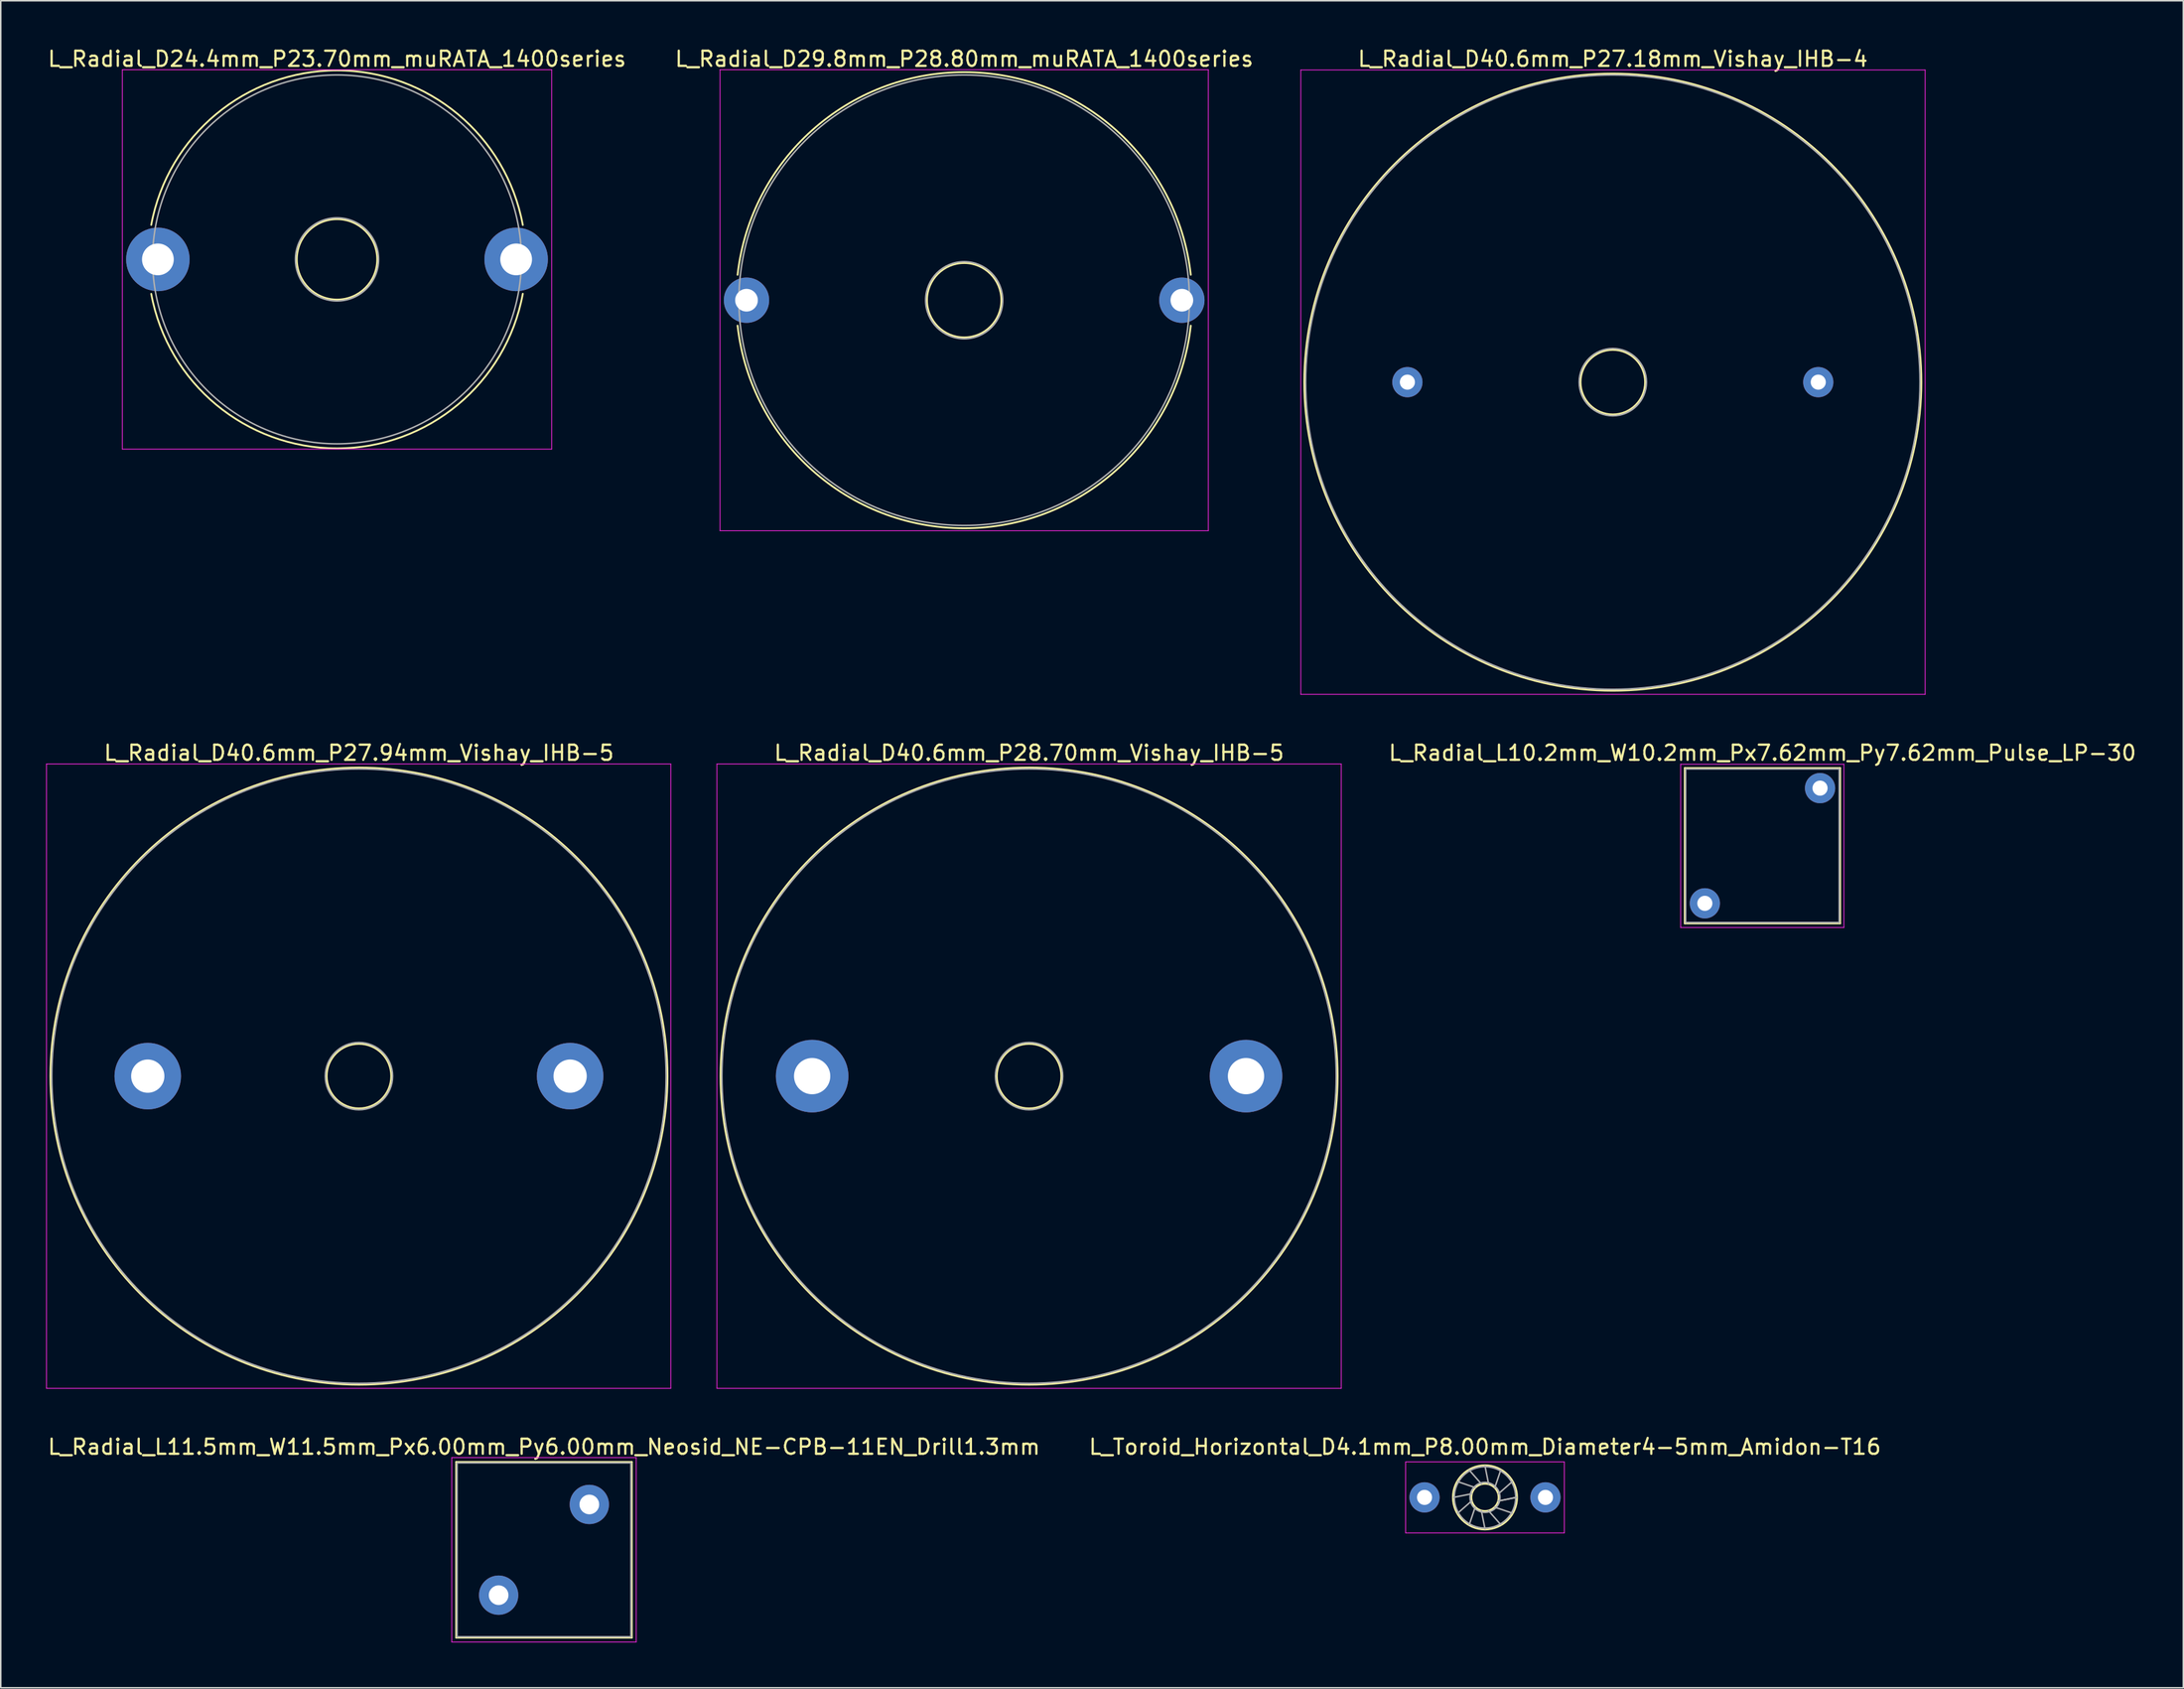
<source format=kicad_pcb>
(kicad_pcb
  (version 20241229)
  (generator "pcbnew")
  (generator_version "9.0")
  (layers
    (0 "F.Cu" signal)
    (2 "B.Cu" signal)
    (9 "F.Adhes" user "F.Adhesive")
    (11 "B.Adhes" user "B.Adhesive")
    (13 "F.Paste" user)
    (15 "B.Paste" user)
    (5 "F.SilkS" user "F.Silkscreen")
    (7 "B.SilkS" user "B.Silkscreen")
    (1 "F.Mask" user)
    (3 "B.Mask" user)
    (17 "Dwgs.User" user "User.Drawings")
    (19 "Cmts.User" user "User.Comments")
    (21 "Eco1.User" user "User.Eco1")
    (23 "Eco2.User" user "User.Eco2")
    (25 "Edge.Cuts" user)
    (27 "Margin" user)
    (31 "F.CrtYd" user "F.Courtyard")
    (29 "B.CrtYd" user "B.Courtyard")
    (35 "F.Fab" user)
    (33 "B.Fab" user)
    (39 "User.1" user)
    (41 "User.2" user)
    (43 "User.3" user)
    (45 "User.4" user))
  (footprint "L_Radial_L10.2mm_W10.2mm_Px7.62mm_Py7.62mm_Pulse_LP-30"
    (layer "F.Cu")
    (at 109.729 56.702)
    (property "Reference" "L_Radial_L10.2mm_W10.2mm_Px7.62mm_Py7.62mm_Pulse_LP-30" (at 3.81 -9.95 0) (layer "F.SilkS") (effects (font (size 1 1) (thickness 0.15))))
    (attr through_hole)
    (fp_line (start -1.33 -8.95) (end -1.33 1.33) (stroke (width 0.12) (type solid)) (layer "F.SilkS"))
    (fp_line (start -1.33 -8.95) (end 8.95 -8.95) (stroke (width 0.12) (type solid)) (layer "F.SilkS"))
    (fp_line (start -1.33 1.33) (end 8.95 1.33) (stroke (width 0.12) (type solid)) (layer "F.SilkS"))
    (fp_line (start 8.95 -8.95) (end 8.95 1.33) (stroke (width 0.12) (type solid)) (layer "F.SilkS"))
    (fp_line (start -1.6 -9.2) (end -1.6 1.6) (stroke (width 0.05) (type solid)) (layer "F.CrtYd"))
    (fp_line (start -1.6 1.6) (end 9.2 1.6) (stroke (width 0.05) (type solid)) (layer "F.CrtYd"))
    (fp_line (start 9.2 -9.2) (end -1.6 -9.2) (stroke (width 0.05) (type solid)) (layer "F.CrtYd"))
    (fp_line (start 9.2 1.6) (end 9.2 -9.2) (stroke (width 0.05) (type solid)) (layer "F.CrtYd"))
    (fp_line (start -1.27 -8.89) (end -1.27 1.27) (stroke (width 0.1) (type solid)) (layer "F.Fab"))
    (fp_line (start -1.27 1.27) (end 8.89 1.27) (stroke (width 0.1) (type solid)) (layer "F.Fab"))
    (fp_line (start 8.89 -8.89) (end -1.27 -8.89) (stroke (width 0.1) (type solid)) (layer "F.Fab"))
    (fp_line (start 8.89 1.27) (end 8.89 -8.89) (stroke (width 0.1) (type solid)) (layer "F.Fab"))
    (pad "1" thru_hole circle (at 0 0) (size 2 2) (drill 1) (layers "*.Cu" "*.Mask"))
    (pad "2" thru_hole circle (at 7.62 -7.62) (size 2 2) (drill 1) (layers "*.Cu" "*.Mask")))
  (footprint "L_Radial_D24.4mm_P23.70mm_muRATA_1400series"
    (layer "F.Cu")
    (at 7.394 14.108)
    (property "Reference" "L_Radial_D24.4mm_P23.70mm_muRATA_1400series" (at 11.85 -13.26 0) (layer "F.SilkS") (effects (font (size 1 1) (thickness 0.15))))
    (attr through_hole)
    (fp_arc (start -0.44 -2.28) (mid 11.852146 -12.4997) (end 24.140782 -2.275779) (stroke (width 0.12) (type solid)) (layer "F.SilkS"))
    (fp_arc (start 24.140782 2.275779) (mid 11.852146 12.4997) (end -0.44 2.28) (stroke (width 0.12) (type solid)) (layer "F.SilkS"))
    (fp_circle (center 11.85 0) (end 14.51 0) (stroke (width 0.12) (type solid)) (fill no) (layer "F.SilkS"))
    (fp_line (start -2.35 -12.55) (end -2.35 12.55) (stroke (width 0.05) (type solid)) (layer "F.CrtYd"))
    (fp_line (start -2.35 12.55) (end 26.05 12.55) (stroke (width 0.05) (type solid)) (layer "F.CrtYd"))
    (fp_line (start 26.05 -12.55) (end -2.35 -12.55) (stroke (width 0.05) (type solid)) (layer "F.CrtYd"))
    (fp_line (start 26.05 12.55) (end 26.05 -12.55) (stroke (width 0.05) (type solid)) (layer "F.CrtYd"))
    (fp_circle (center 11.85 0) (end 14.6 0) (stroke (width 0.1) (type solid)) (fill no) (layer "F.Fab"))
    (fp_circle (center 11.85 0) (end 24.05 0) (stroke (width 0.1) (type solid)) (fill no) (layer "F.Fab"))
    (pad "1" thru_hole circle (at 0 0) (size 4.2 4.2) (drill 2.1) (layers "*.Cu" "*.Mask"))
    (pad "2" thru_hole circle (at 23.7 0) (size 4.2 4.2) (drill 2.1) (layers "*.Cu" "*.Mask")))
  (footprint "L_Radial_D29.8mm_P28.80mm_muRATA_1400series"
    (layer "F.Cu")
    (at 46.332 16.808)
    (property "Reference" "L_Radial_D29.8mm_P28.80mm_muRATA_1400series" (at 14.4 -15.96 0) (layer "F.SilkS") (effects (font (size 1 1) (thickness 0.15))))
    (attr through_hole)
    (fp_arc (start -0.59 -1.68) (mid 14.398611 -15.083849) (end 29.38969 -1.682761) (stroke (width 0.12) (type solid)) (layer "F.SilkS"))
    (fp_arc (start 29.38969 1.682761) (mid 14.398611 15.083849) (end -0.59 1.68) (stroke (width 0.12) (type solid)) (layer "F.SilkS"))
    (fp_circle (center 14.4 0) (end 16.86 0) (stroke (width 0.12) (type solid)) (fill no) (layer "F.SilkS"))
    (fp_line (start -1.75 -15.25) (end -1.75 15.25) (stroke (width 0.05) (type solid)) (layer "F.CrtYd"))
    (fp_line (start -1.75 15.25) (end 30.55 15.25) (stroke (width 0.05) (type solid)) (layer "F.CrtYd"))
    (fp_line (start 30.55 -15.25) (end -1.75 -15.25) (stroke (width 0.05) (type solid)) (layer "F.CrtYd"))
    (fp_line (start 30.55 15.25) (end 30.55 -15.25) (stroke (width 0.05) (type solid)) (layer "F.CrtYd"))
    (fp_circle (center 14.4 0) (end 16.95 0) (stroke (width 0.1) (type solid)) (fill no) (layer "F.Fab"))
    (fp_circle (center 14.4 0) (end 29.3 0) (stroke (width 0.1) (type solid)) (fill no) (layer "F.Fab"))
    (pad "1" thru_hole circle (at 0 0) (size 3 3) (drill 1.5) (layers "*.Cu" "*.Mask"))
    (pad "2" thru_hole circle (at 28.8 0) (size 3 3) (drill 1.5) (layers "*.Cu" "*.Mask")))
  (footprint "L_Toroid_Horizontal_D4.1mm_P8.00mm_Diameter4-5mm_Amidon-T16"
    (layer "F.Cu")
    (at 91.185 95.997)
    (property "Reference" "L_Toroid_Horizontal_D4.1mm_P8.00mm_Diameter4-5mm_Amidon-T16" (at 4 -3.342 0) (layer "F.SilkS") (effects (font (size 1 1) (thickness 0.15))))
    (attr through_hole)
    (fp_circle (center 4 0) (end 4.901 0) (stroke (width 0.12) (type solid)) (fill no) (layer "F.SilkS"))
    (fp_circle (center 4 0) (end 6.122 0) (stroke (width 0.12) (type solid)) (fill no) (layer "F.SilkS"))
    (fp_line (start -1.25 -2.35) (end -1.25 2.35) (stroke (width 0.05) (type solid)) (layer "F.CrtYd"))
    (fp_line (start -1.25 2.35) (end 9.25 2.35) (stroke (width 0.05) (type solid)) (layer "F.CrtYd"))
    (fp_line (start 9.25 -2.35) (end -1.25 -2.35) (stroke (width 0.05) (type solid)) (layer "F.CrtYd"))
    (fp_line (start 9.25 2.35) (end 9.25 -2.35) (stroke (width 0.05) (type solid)) (layer "F.CrtYd"))
    (fp_line (start 1.92 0.000193) (end 3.113 -0.238) (stroke (width 0.1) (type solid)) (layer "F.Fab"))
    (fp_line (start 2.199 -1.04) (end 3.35 -0.649) (stroke (width 0.1) (type solid)) (layer "F.Fab"))
    (fp_line (start 2.199 1.04) (end 3.113 0.238) (stroke (width 0.1) (type solid)) (layer "F.Fab"))
    (fp_line (start 2.96 -1.801) (end 3.762 -0.887) (stroke (width 0.1) (type solid)) (layer "F.Fab"))
    (fp_line (start 2.96 1.801) (end 3.35 0.65) (stroke (width 0.1) (type solid)) (layer "F.Fab"))
    (fp_line (start 4 -2.08) (end 4.238 -0.887) (stroke (width 0.1) (type solid)) (layer "F.Fab"))
    (fp_line (start 4 2.08) (end 3.762 0.887) (stroke (width 0.1) (type solid)) (layer "F.Fab"))
    (fp_line (start 5.04 -1.801) (end 4.649 -0.65) (stroke (width 0.1) (type solid)) (layer "F.Fab"))
    (fp_line (start 5.04 1.801) (end 4.238 0.887) (stroke (width 0.1) (type solid)) (layer "F.Fab"))
    (fp_line (start 5.801 -1.04) (end 4.887 -0.238) (stroke (width 0.1) (type solid)) (layer "F.Fab"))
    (fp_line (start 5.801 1.04) (end 4.65 0.65) (stroke (width 0.1) (type solid)) (layer "F.Fab"))
    (fp_line (start 6.08 -0.000385) (end 4.887 0.238) (stroke (width 0.1) (type solid)) (layer "F.Fab"))
    (fp_line (start 6.08 0) (end 4.887 0.238) (stroke (width 0.1) (type solid)) (layer "F.Fab"))
    (fp_circle (center 4 0) (end 4.991 0) (stroke (width 0.1) (type solid)) (fill no) (layer "F.Fab"))
    (fp_circle (center 4 0) (end 6.032 0) (stroke (width 0.1) (type solid)) (fill no) (layer "F.Fab"))
    (pad "1" thru_hole circle (at 0 0) (size 2 2) (drill 1) (layers "*.Cu" "*.Mask"))
    (pad "2" thru_hole circle (at 8 0) (size 2 2) (drill 1) (layers "*.Cu" "*.Mask")))
  (footprint "L_Radial_D40.6mm_P27.18mm_Vishay_IHB-4"
    (layer "F.Cu")
    (at 90.051 22.228)
    (property "Reference" "L_Radial_D40.6mm_P27.18mm_Vishay_IHB-4" (at 13.59 -21.38 0) (layer "F.SilkS") (effects (font (size 1 1) (thickness 0.15))))
    (attr through_hole)
    (fp_circle (center 13.59 0) (end 15.725 0) (stroke (width 0.12) (type solid)) (fill no) (layer "F.SilkS"))
    (fp_circle (center 13.59 0) (end 34 0) (stroke (width 0.12) (type solid)) (fill no) (layer "F.SilkS"))
    (fp_line (start -7.05 -20.65) (end -7.05 20.65) (stroke (width 0.05) (type solid)) (layer "F.CrtYd"))
    (fp_line (start -7.05 20.65) (end 34.25 20.65) (stroke (width 0.05) (type solid)) (layer "F.CrtYd"))
    (fp_line (start 34.25 -20.65) (end -7.05 -20.65) (stroke (width 0.05) (type solid)) (layer "F.CrtYd"))
    (fp_line (start 34.25 20.65) (end 34.25 -20.65) (stroke (width 0.05) (type solid)) (layer "F.CrtYd"))
    (fp_circle (center 13.59 0) (end 15.815 0) (stroke (width 0.1) (type solid)) (fill no) (layer "F.Fab"))
    (fp_circle (center 13.59 0) (end 33.91 0) (stroke (width 0.1) (type solid)) (fill no) (layer "F.Fab"))
    (pad "1" thru_hole circle (at 0 0) (size 2 2) (drill 1) (layers "*.Cu" "*.Mask"))
    (pad "2" thru_hole circle (at 27.18 0) (size 2 2) (drill 1) (layers "*.Cu" "*.Mask")))
  (footprint "L_Radial_D40.6mm_P27.94mm_Vishay_IHB-5"
    (layer "F.Cu")
    (at 6.725 68.132)
    (property "Reference" "L_Radial_D40.6mm_P27.94mm_Vishay_IHB-5" (at 13.97 -21.38 0) (layer "F.SilkS") (effects (font (size 1 1) (thickness 0.15))))
    (attr through_hole)
    (fp_circle (center 13.97 0) (end 16.105 0) (stroke (width 0.12) (type solid)) (fill no) (layer "F.SilkS"))
    (fp_circle (center 13.97 0) (end 34.38 0) (stroke (width 0.12) (type solid)) (fill no) (layer "F.SilkS"))
    (fp_line (start -6.7 -20.65) (end -6.7 20.65) (stroke (width 0.05) (type solid)) (layer "F.CrtYd"))
    (fp_line (start -6.7 20.65) (end 34.6 20.65) (stroke (width 0.05) (type solid)) (layer "F.CrtYd"))
    (fp_line (start 34.6 -20.65) (end -6.7 -20.65) (stroke (width 0.05) (type solid)) (layer "F.CrtYd"))
    (fp_line (start 34.6 20.65) (end 34.6 -20.65) (stroke (width 0.05) (type solid)) (layer "F.CrtYd"))
    (fp_circle (center 13.97 0) (end 16.195 0) (stroke (width 0.1) (type solid)) (fill no) (layer "F.Fab"))
    (fp_circle (center 13.97 0) (end 34.29 0) (stroke (width 0.1) (type solid)) (fill no) (layer "F.Fab"))
    (pad "1" thru_hole circle (at 0 0) (size 4.4 4.4) (drill 2.2) (layers "*.Cu" "*.Mask"))
    (pad "2" thru_hole circle (at 27.94 0) (size 4.4 4.4) (drill 2.2) (layers "*.Cu" "*.Mask")))
  (footprint "L_Radial_D40.6mm_P28.70mm_Vishay_IHB-5"
    (layer "F.Cu")
    (at 50.675 68.132)
    (property "Reference" "L_Radial_D40.6mm_P28.70mm_Vishay_IHB-5" (at 14.35 -21.38 0) (layer "F.SilkS") (effects (font (size 1 1) (thickness 0.15))))
    (attr through_hole)
    (fp_circle (center 14.35 0) (end 16.485 0) (stroke (width 0.12) (type solid)) (fill no) (layer "F.SilkS"))
    (fp_circle (center 14.35 0) (end 34.76 0) (stroke (width 0.12) (type solid)) (fill no) (layer "F.SilkS"))
    (fp_line (start -6.3 -20.65) (end -6.3 20.65) (stroke (width 0.05) (type solid)) (layer "F.CrtYd"))
    (fp_line (start -6.3 20.65) (end 35 20.65) (stroke (width 0.05) (type solid)) (layer "F.CrtYd"))
    (fp_line (start 35 -20.65) (end -6.3 -20.65) (stroke (width 0.05) (type solid)) (layer "F.CrtYd"))
    (fp_line (start 35 20.65) (end 35 -20.65) (stroke (width 0.05) (type solid)) (layer "F.CrtYd"))
    (fp_circle (center 14.35 0) (end 16.575 0) (stroke (width 0.1) (type solid)) (fill no) (layer "F.Fab"))
    (fp_circle (center 14.35 0) (end 34.67 0) (stroke (width 0.1) (type solid)) (fill no) (layer "F.Fab"))
    (pad "1" thru_hole circle (at 0 0) (size 4.8 4.8) (drill 2.4) (layers "*.Cu" "*.Mask"))
    (pad "2" thru_hole circle (at 28.7 0) (size 4.8 4.8) (drill 2.4) (layers "*.Cu" "*.Mask")))
  (footprint "L_Radial_L11.5mm_W11.5mm_Px6.00mm_Py6.00mm_Neosid_NE-CPB-11EN_Drill1.3mm"
    (layer "F.Cu")
    (at 29.935 102.465)
    (property "Reference" "L_Radial_L11.5mm_W11.5mm_Px6.00mm_Py6.00mm_Neosid_NE-CPB-11EN_Drill1.3mm" (at 3 -9.81 0) (layer "F.SilkS") (effects (font (size 1 1) (thickness 0.15))))
    (attr through_hole)
    (fp_line (start -2.81 -8.81) (end -2.81 2.81) (stroke (width 0.12) (type solid)) (layer "F.SilkS"))
    (fp_line (start -2.81 -8.81) (end 8.81 -8.81) (stroke (width 0.12) (type solid)) (layer "F.SilkS"))
    (fp_line (start -2.81 2.81) (end 8.81 2.81) (stroke (width 0.12) (type solid)) (layer "F.SilkS"))
    (fp_line (start 8.81 -8.81) (end 8.81 2.81) (stroke (width 0.12) (type solid)) (layer "F.SilkS"))
    (fp_line (start -3.1 -9.1) (end -3.1 3.1) (stroke (width 0.05) (type solid)) (layer "F.CrtYd"))
    (fp_line (start -3.1 3.1) (end 9.1 3.1) (stroke (width 0.05) (type solid)) (layer "F.CrtYd"))
    (fp_line (start 9.1 -9.1) (end -3.1 -9.1) (stroke (width 0.05) (type solid)) (layer "F.CrtYd"))
    (fp_line (start 9.1 3.1) (end 9.1 -9.1) (stroke (width 0.05) (type solid)) (layer "F.CrtYd"))
    (fp_line (start -2.75 -8.75) (end -2.75 2.75) (stroke (width 0.1) (type solid)) (layer "F.Fab"))
    (fp_line (start -2.75 2.75) (end 8.75 2.75) (stroke (width 0.1) (type solid)) (layer "F.Fab"))
    (fp_line (start 8.75 -8.75) (end -2.75 -8.75) (stroke (width 0.1) (type solid)) (layer "F.Fab"))
    (fp_line (start 8.75 2.75) (end 8.75 -8.75) (stroke (width 0.1) (type solid)) (layer "F.Fab"))
    (pad "1" thru_hole circle (at 0 0) (size 2.6 2.6) (drill 1.3) (layers "*.Cu" "*.Mask"))
    (pad "2" thru_hole circle (at 6 -6) (size 2.6 2.6) (drill 1.3) (layers "*.Cu" "*.Mask")))
  (gr_rect
    (start -3 -3)
    (end 141.379 108.59)
    (stroke (width 0.1) (type default))
    (fill no)
    (layer "Edge.Cuts")))
</source>
